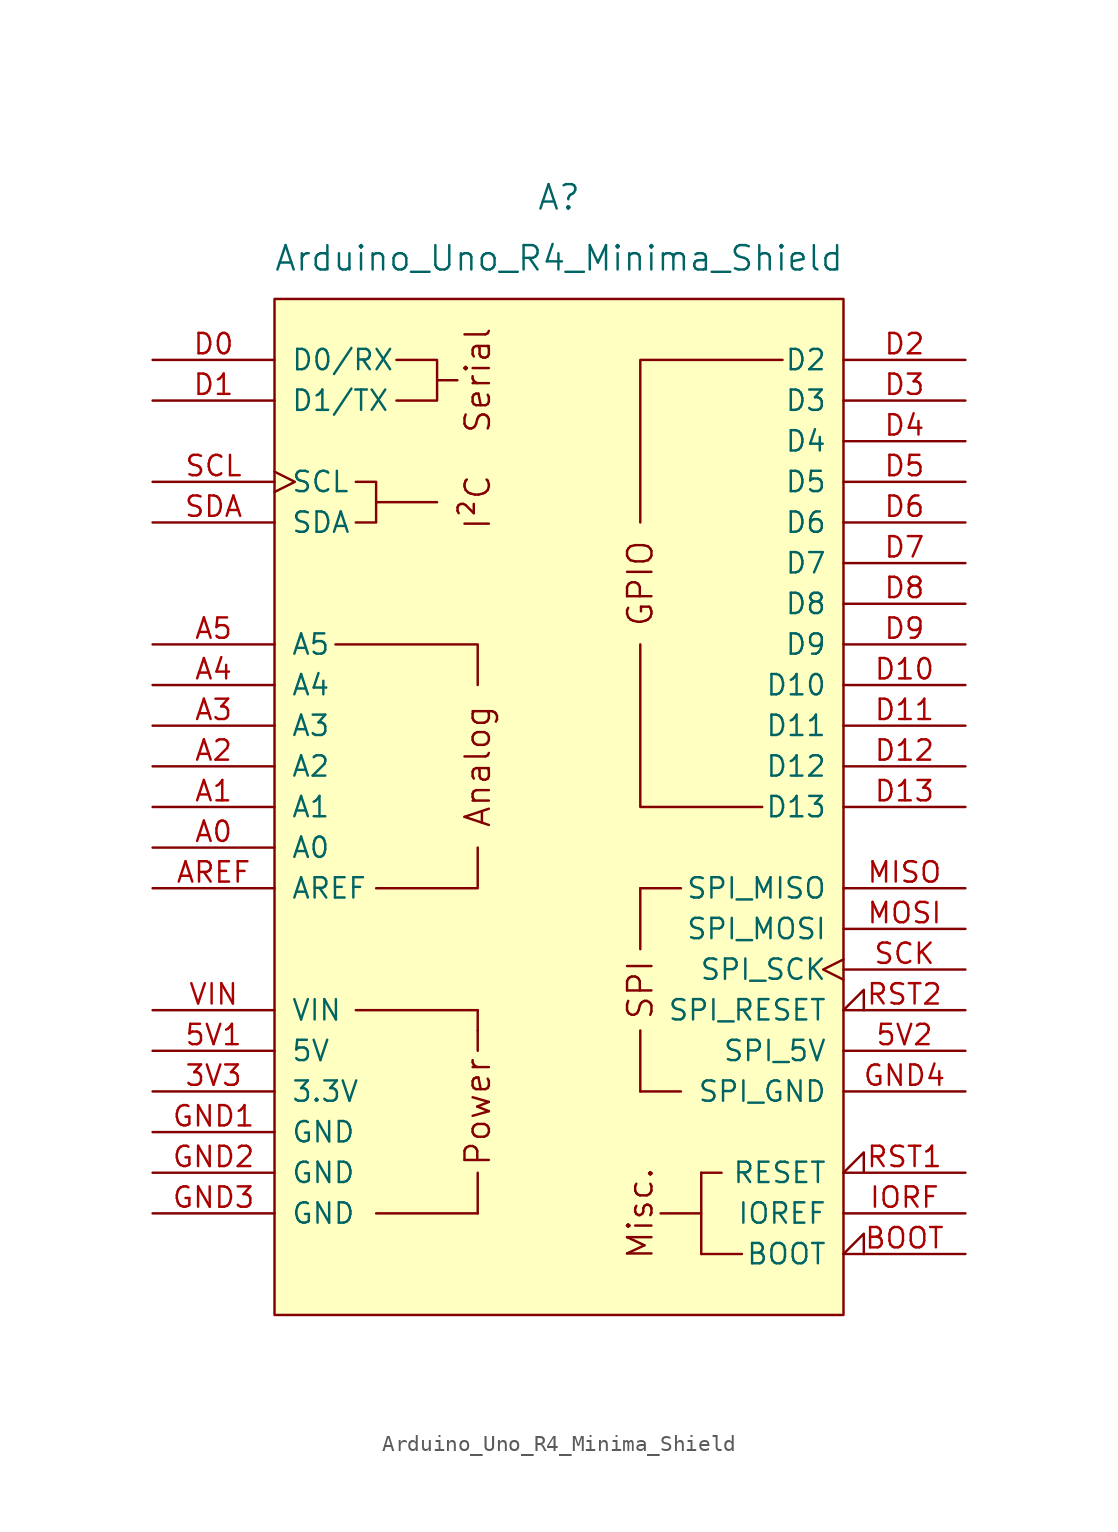
<source format=kicad_sym>
(kicad_symbol_lib
  (version 20211014)
  (generator kicad_symbol_editor)
  (symbol "Arduino_Uno_R4_Minima_Shield"
    (pin_names
      (offset 1.016))
    (property "Reference" "A"
      (at 0 38.1 0)
      (effects (font (size 1.524 1.524))))
    (property "Value" "Arduino_Uno_R4_Minima_Shield"
      (at 0 34.29 0)
      (effects (font (size 1.524 1.524))))
    (symbol "Arduino_Uno_R4_Minima_Shield_0_0"
      (rectangle (start -17.78 31.75) (end 17.78 -31.75) (stroke (width 0) (type default) (color 0 0 0 0)) (fill (type background)))
      (rectangle (start -12.7 -12.7) (end -5.08 -12.7) (stroke (width 0) (type default) (color 0 0 0 0)) (fill (type none)))
      (rectangle (start -11.43 -25.4) (end -5.08 -25.4) (stroke (width 0) (type default) (color 0 0 0 0)) (fill (type none)))
      (polyline (pts (xy -11.43 19.05) (xy -7.62 19.05)) (stroke (width 0) (type default) (color 0 0 0 0)) (fill (type none)))
      (polyline (pts (xy -7.62 26.67) (xy -6.35 26.67)) (stroke (width 0) (type default) (color 0 0 0 0)) (fill (type none)))
      (polyline (pts (xy -5.08 -25.4) (xy -5.08 -22.86)) (stroke (width 0) (type default) (color 0 0 0 0)) (fill (type none)))
      (polyline (pts (xy -5.08 -13.97) (xy -5.08 -15.24)) (stroke (width 0) (type default) (color 0 0 0 0)) (fill (type none)))
      (polyline (pts (xy -5.08 -12.7) (xy -5.08 -13.97)) (stroke (width 0) (type default) (color 0 0 0 0)) (fill (type none)))
      (polyline (pts (xy -5.08 -2.54) (xy -5.08 -5.08) (xy -11.43 -5.08)) (stroke (width 0) (type default) (color 0 0 0 0)) (fill (type none)))
      (polyline (pts (xy -5.08 7.62) (xy -5.08 10.16) (xy -13.97 10.16)) (stroke (width 0) (type default) (color 0 0 0 0)) (fill (type none)))
      (polyline (pts (xy 5.08 10.16) (xy 5.08 0) (xy 12.7 0)) (stroke (width 0) (type default) (color 0 0 0 0)) (fill (type none)))
      (polyline (pts (xy 5.08 17.78) (xy 5.08 27.94) (xy 13.97 27.94)) (stroke (width 0) (type default) (color 0 0 0 0)) (fill (type none)))
      (polyline (pts (xy -12.7 20.32) (xy -11.43 20.32) (xy -11.43 17.78) (xy -12.7 17.78)) (stroke (width 0) (type default) (color 0 0 0 0)) (fill (type none)))
      (polyline (pts (xy -10.16 27.94) (xy -7.62 27.94) (xy -7.62 25.4) (xy -10.16 25.4)) (stroke (width 0) (type default) (color 0 0 0 0)) (fill (type none)))
      (rectangle (start 5.08 -17.78) (end 5.08 -13.97) (stroke (width 0) (type default) (color 0 0 0 0)) (fill (type none)))
      (rectangle (start 5.08 -17.78) (end 7.62 -17.78) (stroke (width 0) (type default) (color 0 0 0 0)) (fill (type none)))
      (rectangle (start 5.08 -8.89) (end 5.08 -5.08) (stroke (width 0) (type default) (color 0 0 0 0)) (fill (type none)))
      (rectangle (start 7.62 -5.08) (end 5.08 -5.08) (stroke (width 0) (type default) (color 0 0 0 0)) (fill (type none)))
      (rectangle (start 8.89 -27.94) (end 11.43 -27.94) (stroke (width 0) (type default) (color 0 0 0 0)) (fill (type none)))
      (rectangle (start 8.89 -25.4) (end 6.35 -25.4) (stroke (width 0) (type default) (color 0 0 0 0)) (fill (type none)))
      (rectangle (start 8.89 -22.86) (end 8.89 -27.94) (stroke (width 0) (type default) (color 0 0 0 0)) (fill (type none)))
      (rectangle (start 10.16 -22.86) (end 8.89 -22.86) (stroke (width 0) (type default) (color 0 0 0 0)) (fill (type none)))
      (text "Analog" (at -5.08 2.54 900) (effects (font (size 1.524 1.524))))
      (text "I²C" (at -5.08 19.05 900) (effects (font (size 1.524 1.524))))
      (text "Misc." (at 5.08 -25.4 900) (effects (font (size 1.524 1.524))))
      (text "Power" (at -5.08 -19.05 900) (effects (font (size 1.524 1.524))))
      (text "Serial" (at -5.08 26.67 900) (effects (font (size 1.524 1.524))))
      (text "SPI" (at 5.08 -11.43 900) (effects (font (size 1.524 1.524)))))
    (symbol "Arduino_Uno_R4_Minima_Shield_1_0"
      (text "GPIO" (at 5.08 13.97 900) (effects (font (size 1.524 1.524)))))
    (symbol "Arduino_Uno_R4_Minima_Shield_1_1"
      (pin power_out line (at -25.4 -17.78 0) (length 7.62) (name "3.3V" (effects (font (size 1.27 1.27)))) (number "3V3" (effects (font (size 1.27 1.27)))))
      (pin power_in line (at -25.4 -15.24 0) (length 7.62) (name "5V" (effects (font (size 1.27 1.27)))) (number "5V1" (effects (font (size 1.27 1.27)))))
      (pin power_in line (at 25.4 -15.24 180) (length 7.62) (name "SPI_5V" (effects (font (size 1.27 1.27)))) (number "5V2" (effects (font (size 1.27 1.27)))))
      (pin bidirectional line (at -25.4 -2.54 0) (length 7.62) (name "A0" (effects (font (size 1.27 1.27)))) (number "A0" (effects (font (size 1.27 1.27)))))
      (pin bidirectional line (at -25.4 0 0) (length 7.62) (name "A1" (effects (font (size 1.27 1.27)))) (number "A1" (effects (font (size 1.27 1.27)))))
      (pin bidirectional line (at -25.4 2.54 0) (length 7.62) (name "A2" (effects (font (size 1.27 1.27)))) (number "A2" (effects (font (size 1.27 1.27)))))
      (pin bidirectional line (at -25.4 5.08 0) (length 7.62) (name "A3" (effects (font (size 1.27 1.27)))) (number "A3" (effects (font (size 1.27 1.27)))))
      (pin bidirectional line (at -25.4 7.62 0) (length 7.62) (name "A4" (effects (font (size 1.27 1.27)))) (number "A4" (effects (font (size 1.27 1.27)))))
      (pin bidirectional line (at -25.4 10.16 0) (length 7.62) (name "A5" (effects (font (size 1.27 1.27)))) (number "A5" (effects (font (size 1.27 1.27)))))
      (pin input line (at -25.4 -5.08 0) (length 7.62) (name "AREF" (effects (font (size 1.27 1.27)))) (number "AREF" (effects (font (size 1.27 1.27)))))
      (pin input input_low (at 25.4 -27.94 180) (length 7.62) (name "BOOT" (effects (font (size 1.27 1.27)))) (number "BOOT" (effects (font (size 1.27 1.27)))))
      (pin bidirectional line (at -25.4 27.94 0) (length 7.62) (name "D0/RX" (effects (font (size 1.27 1.27)))) (number "D0" (effects (font (size 1.27 1.27)))))
      (pin bidirectional line (at -25.4 25.4 0) (length 7.62) (name "D1/TX" (effects (font (size 1.27 1.27)))) (number "D1" (effects (font (size 1.27 1.27)))))
      (pin bidirectional line (at 25.4 7.62 180) (length 7.62) (name "D10" (effects (font (size 1.27 1.27)))) (number "D10" (effects (font (size 1.27 1.27)))))
      (pin bidirectional line (at 25.4 5.08 180) (length 7.62) (name "D11" (effects (font (size 1.27 1.27)))) (number "D11" (effects (font (size 1.27 1.27)))))
      (pin bidirectional line (at 25.4 2.54 180) (length 7.62) (name "D12" (effects (font (size 1.27 1.27)))) (number "D12" (effects (font (size 1.27 1.27)))))
      (pin bidirectional line (at 25.4 0 180) (length 7.62) (name "D13" (effects (font (size 1.27 1.27)))) (number "D13" (effects (font (size 1.27 1.27)))))
      (pin bidirectional line (at 25.4 27.94 180) (length 7.62) (name "D2" (effects (font (size 1.27 1.27)))) (number "D2" (effects (font (size 1.27 1.27)))))
      (pin bidirectional line (at 25.4 25.4 180) (length 7.62) (name "D3" (effects (font (size 1.27 1.27)))) (number "D3" (effects (font (size 1.27 1.27)))))
      (pin bidirectional line (at 25.4 22.86 180) (length 7.62) (name "D4" (effects (font (size 1.27 1.27)))) (number "D4" (effects (font (size 1.27 1.27)))))
      (pin bidirectional line (at 25.4 20.32 180) (length 7.62) (name "D5" (effects (font (size 1.27 1.27)))) (number "D5" (effects (font (size 1.27 1.27)))))
      (pin bidirectional line (at 25.4 17.78 180) (length 7.62) (name "D6" (effects (font (size 1.27 1.27)))) (number "D6" (effects (font (size 1.27 1.27)))))
      (pin bidirectional line (at 25.4 15.24 180) (length 7.62) (name "D7" (effects (font (size 1.27 1.27)))) (number "D7" (effects (font (size 1.27 1.27)))))
      (pin bidirectional line (at 25.4 12.7 180) (length 7.62) (name "D8" (effects (font (size 1.27 1.27)))) (number "D8" (effects (font (size 1.27 1.27)))))
      (pin bidirectional line (at 25.4 10.16 180) (length 7.62) (name "D9" (effects (font (size 1.27 1.27)))) (number "D9" (effects (font (size 1.27 1.27)))))
      (pin power_in line (at -25.4 -20.32 0) (length 7.62) (name "GND" (effects (font (size 1.27 1.27)))) (number "GND1" (effects (font (size 1.27 1.27)))))
      (pin power_in line (at -25.4 -22.86 0) (length 7.62) (name "GND" (effects (font (size 1.27 1.27)))) (number "GND2" (effects (font (size 1.27 1.27)))))
      (pin power_in line (at -25.4 -25.4 0) (length 7.62) (name "GND" (effects (font (size 1.27 1.27)))) (number "GND3" (effects (font (size 1.27 1.27)))))
      (pin power_in line (at 25.4 -17.78 180) (length 7.62) (name "SPI_GND" (effects (font (size 1.27 1.27)))) (number "GND4" (effects (font (size 1.27 1.27)))))
      (pin output line (at 25.4 -25.4 180) (length 7.62) (name "IOREF" (effects (font (size 1.27 1.27)))) (number "IORF" (effects (font (size 1.27 1.27)))))
      (pin input line (at 25.4 -5.08 180) (length 7.62) (name "SPI_MISO" (effects (font (size 1.27 1.27)))) (number "MISO" (effects (font (size 1.27 1.27)))))
      (pin output line (at 25.4 -7.62 180) (length 7.62) (name "SPI_MOSI" (effects (font (size 1.27 1.27)))) (number "MOSI" (effects (font (size 1.27 1.27)))))
      (pin open_collector input_low (at 25.4 -22.86 180) (length 7.62) (name "RESET" (effects (font (size 1.27 1.27)))) (number "RST1" (effects (font (size 1.27 1.27)))))
      (pin open_collector input_low (at 25.4 -12.7 180) (length 7.62) (name "SPI_RESET" (effects (font (size 1.27 1.27)))) (number "RST2" (effects (font (size 1.27 1.27)))))
      (pin output clock (at 25.4 -10.16 180) (length 7.62) (name "SPI_SCK" (effects (font (size 1.27 1.27)))) (number "SCK" (effects (font (size 1.27 1.27)))))
      (pin bidirectional clock (at -25.4 20.32 0) (length 7.62) (name "SCL" (effects (font (size 1.27 1.27)))) (number "SCL" (effects (font (size 1.27 1.27)))))
      (pin bidirectional line (at -25.4 17.78 0) (length 7.62) (name "SDA" (effects (font (size 1.27 1.27)))) (number "SDA" (effects (font (size 1.27 1.27)))))
      (pin power_in line (at -25.4 -12.7 0) (length 7.62) (name "VIN" (effects (font (size 1.27 1.27)))) (number "VIN" (effects (font (size 1.27 1.27))))))))
</source>
